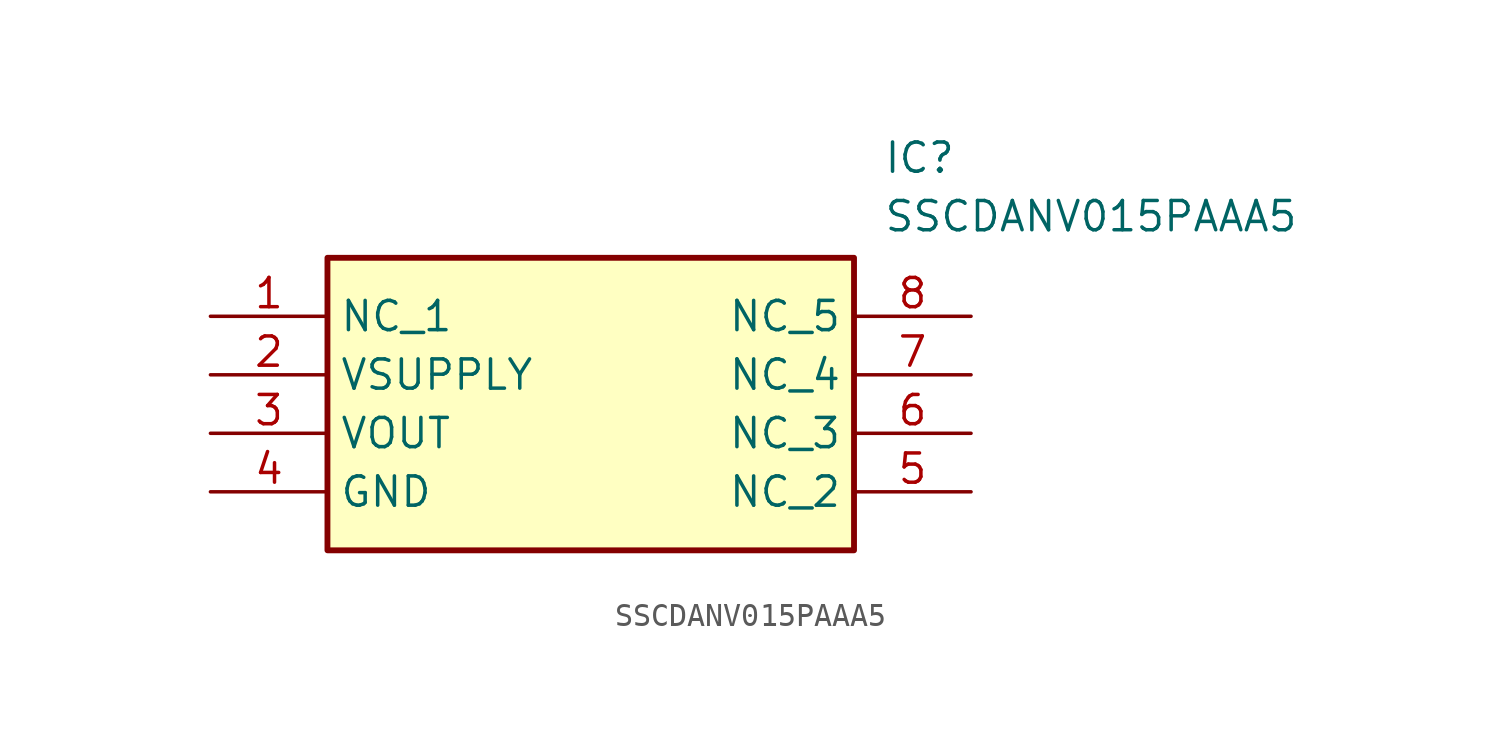
<source format=kicad_sym>
(kicad_symbol_lib
  (version 20211014)
  (generator SamacSys_ECAD_Model)
  (symbol "SSCDANV015PAAA5"
    (property "Reference" "IC"
      (at 29.21 7.62 0)
      (effects (font (size 1.27 1.27)) (justify left top)))
    (property "Value" "SSCDANV015PAAA5"
      (at 29.21 5.08 0)
      (effects (font (size 1.27 1.27)) (justify left top)))
    (rectangle
      (start 5.08 2.54)
      (end 27.94 -10.16)
      (stroke (width 0.254) (type default))
      (fill (type background)))
    (pin passive line
      (at 0 0 0)
      (length 5.08)
      (name "NC_1" (effects (font (size 1.27 1.27))))
      (number "1" (effects (font (size 1.27 1.27)))))
    (pin passive line
      (at 0 -2.54 0)
      (length 5.08)
      (name "VSUPPLY" (effects (font (size 1.27 1.27))))
      (number "2" (effects (font (size 1.27 1.27)))))
    (pin passive line
      (at 0 -5.08 0)
      (length 5.08)
      (name "VOUT" (effects (font (size 1.27 1.27))))
      (number "3" (effects (font (size 1.27 1.27)))))
    (pin passive line
      (at 0 -7.62 0)
      (length 5.08)
      (name "GND" (effects (font (size 1.27 1.27))))
      (number "4" (effects (font (size 1.27 1.27)))))
    (pin passive line
      (at 33.02 -7.62 180)
      (length 5.08)
      (name "NC_2" (effects (font (size 1.27 1.27))))
      (number "5" (effects (font (size 1.27 1.27)))))
    (pin passive line
      (at 33.02 -5.08 180)
      (length 5.08)
      (name "NC_3" (effects (font (size 1.27 1.27))))
      (number "6" (effects (font (size 1.27 1.27)))))
    (pin passive line
      (at 33.02 -2.54 180)
      (length 5.08)
      (name "NC_4" (effects (font (size 1.27 1.27))))
      (number "7" (effects (font (size 1.27 1.27)))))
    (pin passive line
      (at 33.02 0 180)
      (length 5.08)
      (name "NC_5" (effects (font (size 1.27 1.27))))
      (number "8" (effects (font (size 1.27 1.27)))))))
</source>
